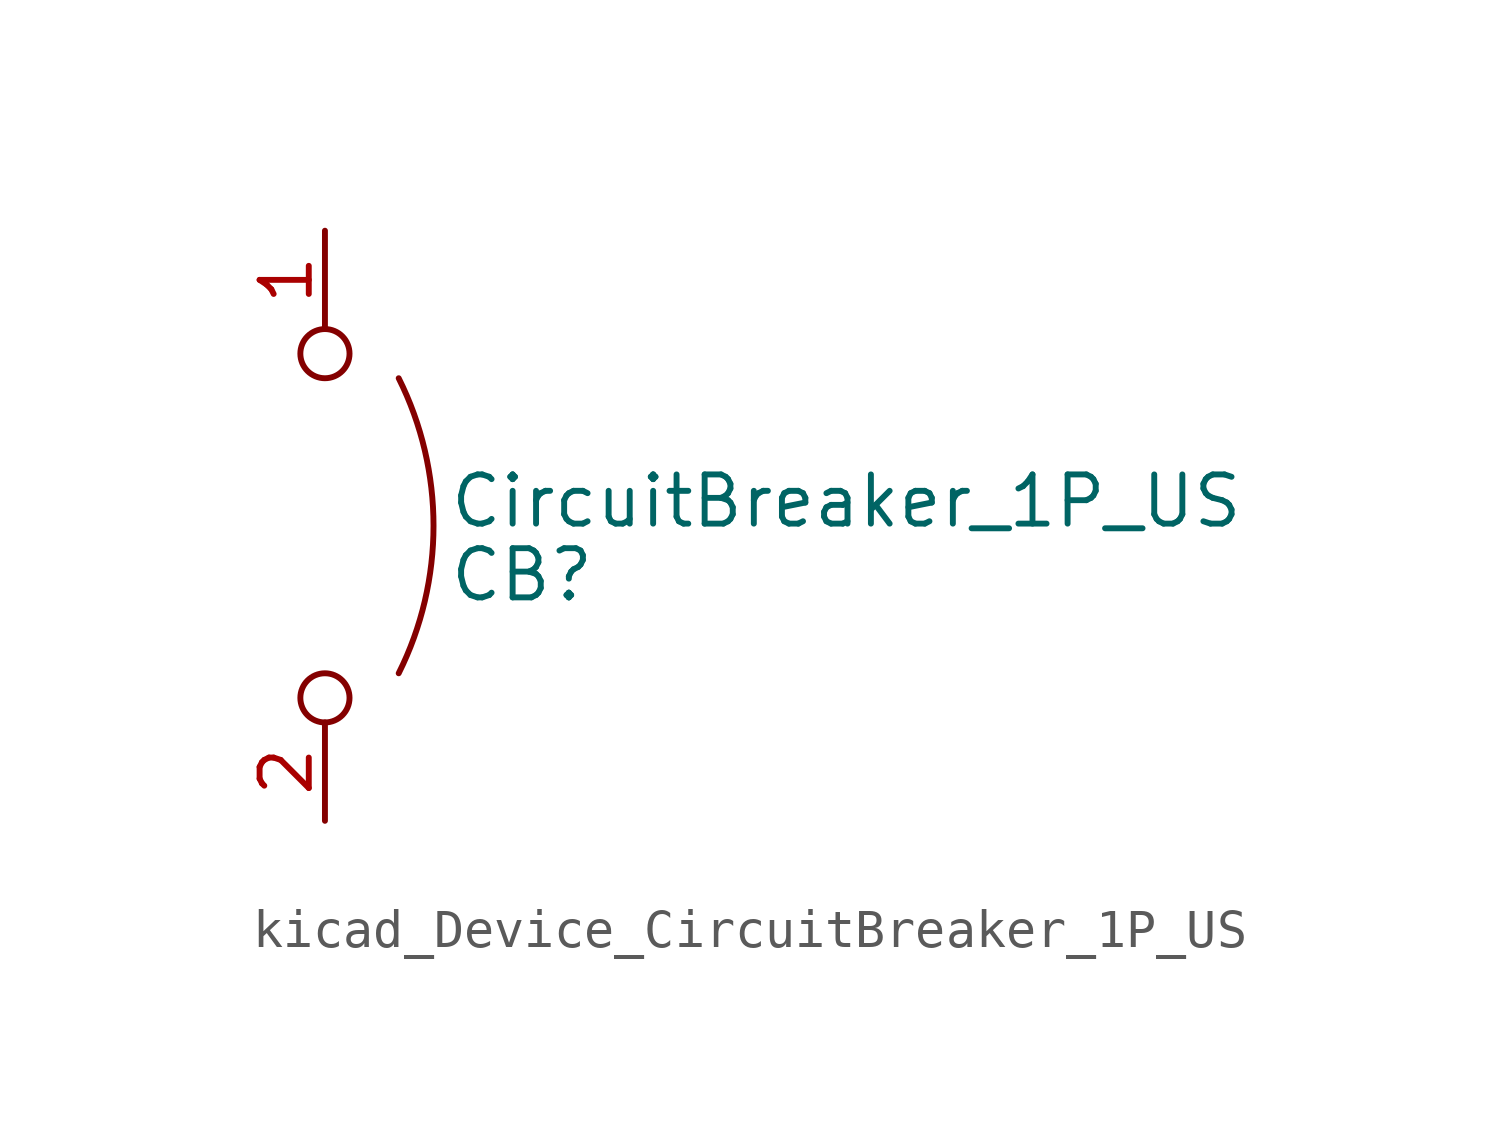
<source format=kicad_sym>
(kicad_symbol_lib
  (version 20220914)
  (generator kicad_symbol_editor)
  (symbol "kicad_Device_CircuitBreaker_1P_US"
    (property "Reference" "CB"
      (at 3.175 -1.27 0)
      (effects (font (size 1.27 1.27)) (justify left)))
    (property "Value" "CircuitBreaker_1P_US"
      (at 3.175 0.635 0)
      (effects (font (size 1.27 1.27)) (justify left)))
    (symbol "kicad_Device_CircuitBreaker_1P_US_0_1"
      (circle (center 0 -4.445) (radius 0.635) (stroke (width 0) (type default)) (fill (type none)))
      (circle (center 0 4.445) (radius 0.635) (stroke (width 0) (type default)) (fill (type none)))
      (arc (start 1.905 -3.81) (mid 2.8044 0) (end 1.905 3.81) (stroke (width 0) (type default)) (fill (type none))))
    (symbol "kicad_Device_CircuitBreaker_1P_US_1_1"
      (pin passive line (at 0 7.62 270) (length 2.54) (name "~" (effects (font (size 1.27 1.27)))) (number "1" (effects (font (size 1.27 1.27)))))
      (pin passive line (at 0 -7.62 90) (length 2.54) (name "~" (effects (font (size 1.27 1.27)))) (number "2" (effects (font (size 1.27 1.27))))))))
</source>
